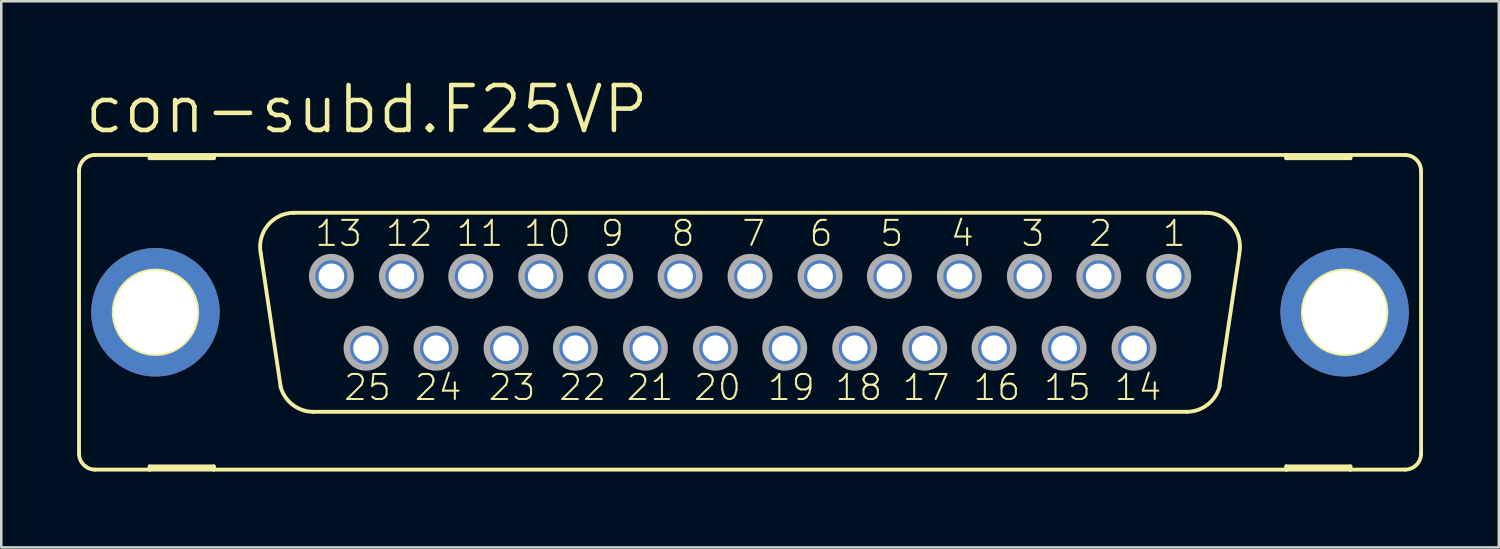
<source format=kicad_pcb>
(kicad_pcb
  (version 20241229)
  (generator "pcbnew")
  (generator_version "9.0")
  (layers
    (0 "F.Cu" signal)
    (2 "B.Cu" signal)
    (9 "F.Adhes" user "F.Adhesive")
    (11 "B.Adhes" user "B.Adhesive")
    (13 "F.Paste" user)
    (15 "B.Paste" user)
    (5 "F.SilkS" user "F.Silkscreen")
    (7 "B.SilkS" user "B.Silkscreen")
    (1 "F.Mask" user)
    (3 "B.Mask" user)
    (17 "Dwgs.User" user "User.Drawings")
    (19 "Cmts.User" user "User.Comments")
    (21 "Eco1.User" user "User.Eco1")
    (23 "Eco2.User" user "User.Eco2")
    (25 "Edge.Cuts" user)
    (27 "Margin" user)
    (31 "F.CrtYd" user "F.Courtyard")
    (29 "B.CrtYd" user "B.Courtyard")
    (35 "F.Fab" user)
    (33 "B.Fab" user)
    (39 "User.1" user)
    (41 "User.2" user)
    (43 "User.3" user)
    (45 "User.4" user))
  (footprint "con-subd.F25VP"
    (layer "F.Cu")
    (at 26.619 9.303)
    (property "Reference" "con-subd.F25VP" (at -26.416 -6.985 0) (layer "F.SilkS") (effects (font (size 1.778 1.778) (thickness 0.18)) (justify left bottom)))
    (attr through_hole)
    (fp_line (start -26.543 -5.588) (end -26.543 5.588) (stroke (width 0.152) (type default)) (layer "F.SilkS"))
    (fp_line (start -25.908 6.223) (end -23.749 6.223) (stroke (width 0.152) (type default)) (layer "F.SilkS"))
    (fp_line (start -23.749 -6.223) (end -25.908 -6.223) (stroke (width 0.152) (type default)) (layer "F.SilkS"))
    (fp_line (start -23.749 -6.223) (end -23.749 -6.096) (stroke (width 0.152) (type default)) (layer "F.SilkS"))
    (fp_line (start -23.749 -6.096) (end -21.209 -6.096) (stroke (width 0.152) (type default)) (layer "F.SilkS"))
    (fp_line (start -23.749 6.096) (end -21.209 6.096) (stroke (width 0.152) (type default)) (layer "F.SilkS"))
    (fp_line (start -23.749 6.223) (end -23.749 6.096) (stroke (width 0.152) (type default)) (layer "F.SilkS"))
    (fp_line (start -23.749 6.223) (end -21.209 6.223) (stroke (width 0.152) (type default)) (layer "F.SilkS"))
    (fp_line (start -21.209 -6.223) (end -23.749 -6.223) (stroke (width 0.152) (type default)) (layer "F.SilkS"))
    (fp_line (start -21.209 -6.096) (end -21.209 -6.223) (stroke (width 0.152) (type default)) (layer "F.SilkS"))
    (fp_line (start -21.209 6.096) (end -21.209 6.223) (stroke (width 0.152) (type default)) (layer "F.SilkS"))
    (fp_line (start -21.209 6.223) (end 21.209 6.223) (stroke (width 0.152) (type default)) (layer "F.SilkS"))
    (fp_line (start -18.567 2.946) (end -19.355 -2.337) (stroke (width 0.152) (type default)) (layer "F.SilkS"))
    (fp_line (start -18.034 -3.937) (end 18.034 -3.937) (stroke (width 0.152) (type default)) (layer "F.SilkS"))
    (fp_line (start -17.272 3.937) (end 17.272 3.937) (stroke (width 0.152) (type default)) (layer "F.SilkS"))
    (fp_line (start 19.355 -2.311) (end 18.567 2.921) (stroke (width 0.152) (type default)) (layer "F.SilkS"))
    (fp_line (start 21.209 -6.223) (end -21.209 -6.223) (stroke (width 0.152) (type default)) (layer "F.SilkS"))
    (fp_line (start 21.209 -6.223) (end 21.209 -6.096) (stroke (width 0.152) (type default)) (layer "F.SilkS"))
    (fp_line (start 21.209 -6.096) (end 23.749 -6.096) (stroke (width 0.152) (type default)) (layer "F.SilkS"))
    (fp_line (start 21.209 6.096) (end 23.749 6.096) (stroke (width 0.152) (type default)) (layer "F.SilkS"))
    (fp_line (start 21.209 6.223) (end 21.209 6.096) (stroke (width 0.152) (type default)) (layer "F.SilkS"))
    (fp_line (start 21.209 6.223) (end 23.749 6.223) (stroke (width 0.152) (type default)) (layer "F.SilkS"))
    (fp_line (start 23.749 -6.223) (end 21.209 -6.223) (stroke (width 0.152) (type default)) (layer "F.SilkS"))
    (fp_line (start 23.749 -6.096) (end 23.749 -6.223) (stroke (width 0.152) (type default)) (layer "F.SilkS"))
    (fp_line (start 23.749 6.096) (end 23.749 6.223) (stroke (width 0.152) (type default)) (layer "F.SilkS"))
    (fp_line (start 23.749 6.223) (end 25.908 6.223) (stroke (width 0.152) (type default)) (layer "F.SilkS"))
    (fp_line (start 25.908 -6.223) (end 23.749 -6.223) (stroke (width 0.152) (type default)) (layer "F.SilkS"))
    (fp_line (start 26.543 -5.588) (end 26.543 5.588) (stroke (width 0.152) (type default)) (layer "F.SilkS"))
    (fp_arc (start -26.543 -5.588) (mid -26.357013 -6.037013) (end -25.908 -6.223) (stroke (width 0.1524) (type default)) (layer "F.SilkS"))
    (fp_arc (start -25.908 6.223) (mid -26.357013 6.037013) (end -26.543 5.588) (stroke (width 0.1524) (type default)) (layer "F.SilkS"))
    (fp_arc (start -19.3541 -2.3268) (mid -19.075082 -3.444284) (end -18.034 -3.937) (stroke (width 0.1524) (type default)) (layer "F.SilkS"))
    (fp_arc (start -17.272 3.937) (mid -18.0955 3.655746) (end -18.5749 2.9295) (stroke (width 0.1524) (type default)) (layer "F.SilkS"))
    (fp_arc (start 18.034 -3.937) (mid 19.082556 -3.435184) (end 19.3495 -2.3038) (stroke (width 0.1524) (type default)) (layer "F.SilkS"))
    (fp_arc (start 18.5807 2.905) (mid 18.105256 3.647874) (end 17.272 3.937) (stroke (width 0.1524) (type default)) (layer "F.SilkS"))
    (fp_arc (start 25.908 -6.223) (mid 26.357013 -6.037013) (end 26.543 -5.588) (stroke (width 0.1524) (type default)) (layer "F.SilkS"))
    (fp_arc (start 26.543 5.588) (mid 26.357013 6.037013) (end 25.908 6.223) (stroke (width 0.1524) (type default)) (layer "F.SilkS"))
    (fp_circle (center -23.52 0) (end -21.869 0) (stroke (width 0.152) (type default)) (fill no) (layer "F.SilkS"))
    (fp_circle (center 23.52 0) (end 25.171 0) (stroke (width 0.152) (type default)) (fill no) (layer "F.SilkS"))
    (fp_circle (center -16.561 -1.422) (end -15.799 -1.422) (stroke (width 0.254) (type default)) (fill no) (layer "F.Fab"))
    (fp_circle (center -15.189 1.422) (end -14.427 1.422) (stroke (width 0.254) (type default)) (fill no) (layer "F.Fab"))
    (fp_circle (center -13.792 -1.422) (end -13.03 -1.422) (stroke (width 0.254) (type default)) (fill no) (layer "F.Fab"))
    (fp_circle (center -12.421 1.422) (end -11.659 1.422) (stroke (width 0.254) (type default)) (fill no) (layer "F.Fab"))
    (fp_circle (center -11.049 -1.422) (end -10.287 -1.422) (stroke (width 0.254) (type default)) (fill no) (layer "F.Fab"))
    (fp_circle (center -9.652 1.422) (end -8.89 1.422) (stroke (width 0.254) (type default)) (fill no) (layer "F.Fab"))
    (fp_circle (center -8.28 -1.422) (end -7.518 -1.422) (stroke (width 0.254) (type default)) (fill no) (layer "F.Fab"))
    (fp_circle (center -6.909 1.422) (end -6.147 1.422) (stroke (width 0.254) (type default)) (fill no) (layer "F.Fab"))
    (fp_circle (center -5.512 -1.422) (end -4.75 -1.422) (stroke (width 0.254) (type default)) (fill no) (layer "F.Fab"))
    (fp_circle (center -4.14 1.422) (end -3.378 1.422) (stroke (width 0.254) (type default)) (fill no) (layer "F.Fab"))
    (fp_circle (center -2.769 -1.422) (end -2.007 -1.422) (stroke (width 0.254) (type default)) (fill no) (layer "F.Fab"))
    (fp_circle (center -1.372 1.422) (end -0.61 1.422) (stroke (width 0.254) (type default)) (fill no) (layer "F.Fab"))
    (fp_circle (center 0 -1.422) (end 0.762 -1.422) (stroke (width 0.254) (type default)) (fill no) (layer "F.Fab"))
    (fp_circle (center 1.372 1.422) (end 2.134 1.422) (stroke (width 0.254) (type default)) (fill no) (layer "F.Fab"))
    (fp_circle (center 2.769 -1.422) (end 3.531 -1.422) (stroke (width 0.254) (type default)) (fill no) (layer "F.Fab"))
    (fp_circle (center 4.14 1.422) (end 4.902 1.422) (stroke (width 0.254) (type default)) (fill no) (layer "F.Fab"))
    (fp_circle (center 5.512 -1.422) (end 6.274 -1.422) (stroke (width 0.254) (type default)) (fill no) (layer "F.Fab"))
    (fp_circle (center 6.909 1.422) (end 7.671 1.422) (stroke (width 0.254) (type default)) (fill no) (layer "F.Fab"))
    (fp_circle (center 8.28 -1.422) (end 9.042 -1.422) (stroke (width 0.254) (type default)) (fill no) (layer "F.Fab"))
    (fp_circle (center 9.652 1.422) (end 10.414 1.422) (stroke (width 0.254) (type default)) (fill no) (layer "F.Fab"))
    (fp_circle (center 11.049 -1.422) (end 11.811 -1.422) (stroke (width 0.254) (type default)) (fill no) (layer "F.Fab"))
    (fp_circle (center 12.421 1.422) (end 13.183 1.422) (stroke (width 0.254) (type default)) (fill no) (layer "F.Fab"))
    (fp_circle (center 13.792 -1.422) (end 14.554 -1.422) (stroke (width 0.254) (type default)) (fill no) (layer "F.Fab"))
    (fp_circle (center 15.189 1.422) (end 15.951 1.422) (stroke (width 0.254) (type default)) (fill no) (layer "F.Fab"))
    (fp_circle (center 16.561 -1.422) (end 17.323 -1.422) (stroke (width 0.254) (type default)) (fill no) (layer "F.Fab"))
    (fp_text user "16" (at 8.763 3.556 0) (layer "F.SilkS") (effects (font (size 0.991 0.991) (thickness 0.08)) (justify left bottom)))
    (fp_text user "23" (at -10.414 3.556 0) (layer "F.SilkS") (effects (font (size 0.991 0.991) (thickness 0.08)) (justify left bottom)))
    (fp_text user "13" (at -17.272 -2.54 0) (layer "F.SilkS") (effects (font (size 0.991 0.991) (thickness 0.08)) (justify left bottom)))
    (fp_text user "5" (at 5.08 -2.54 0) (layer "F.SilkS") (effects (font (size 0.991 0.991) (thickness 0.08)) (justify left bottom)))
    (fp_text user "21" (at -4.953 3.556 0) (layer "F.SilkS") (effects (font (size 0.991 0.991) (thickness 0.08)) (justify left bottom)))
    (fp_text user "18" (at 3.302 3.556 0) (layer "F.SilkS") (effects (font (size 0.991 0.991) (thickness 0.08)) (justify left bottom)))
    (fp_text user "17" (at 5.969 3.556 0) (layer "F.SilkS") (effects (font (size 0.991 0.991) (thickness 0.08)) (justify left bottom)))
    (fp_text user "19" (at 0.635 3.556 0) (layer "F.SilkS") (effects (font (size 0.991 0.991) (thickness 0.08)) (justify left bottom)))
    (fp_text user "7" (at -0.381 -2.54 0) (layer "F.SilkS") (effects (font (size 0.991 0.991) (thickness 0.08)) (justify left bottom)))
    (fp_text user "6" (at 2.286 -2.54 0) (layer "F.SilkS") (effects (font (size 0.991 0.991) (thickness 0.08)) (justify left bottom)))
    (fp_text user "24" (at -13.335 3.556 0) (layer "F.SilkS") (effects (font (size 0.991 0.991) (thickness 0.08)) (justify left bottom)))
    (fp_text user "1" (at 16.256 -2.54 0) (layer "F.SilkS") (effects (font (size 0.991 0.991) (thickness 0.08)) (justify left bottom)))
    (fp_text user "20" (at -2.286 3.556 0) (layer "F.SilkS") (effects (font (size 0.991 0.991) (thickness 0.08)) (justify left bottom)))
    (fp_text user "11" (at -11.684 -2.54 0) (layer "F.SilkS") (effects (font (size 0.991 0.991) (thickness 0.08)) (justify left bottom)))
    (fp_text user "8" (at -3.175 -2.54 0) (layer "F.SilkS") (effects (font (size 0.991 0.991) (thickness 0.08)) (justify left bottom)))
    (fp_text user "2" (at 13.335 -2.54 0) (layer "F.SilkS") (effects (font (size 0.991 0.991) (thickness 0.08)) (justify left bottom)))
    (fp_text user "10" (at -9.017 -2.54 0) (layer "F.SilkS") (effects (font (size 0.991 0.991) (thickness 0.08)) (justify left bottom)))
    (fp_text user "25" (at -16.129 3.556 0) (layer "F.SilkS") (effects (font (size 0.991 0.991) (thickness 0.08)) (justify left bottom)))
    (fp_text user "9" (at -5.969 -2.54 0) (layer "F.SilkS") (effects (font (size 0.991 0.991) (thickness 0.08)) (justify left bottom)))
    (fp_text user "4" (at 7.874 -2.54 0) (layer "F.SilkS") (effects (font (size 0.991 0.991) (thickness 0.08)) (justify left bottom)))
    (fp_text user "12" (at -14.478 -2.54 0) (layer "F.SilkS") (effects (font (size 0.991 0.991) (thickness 0.08)) (justify left bottom)))
    (fp_text user "15" (at 11.557 3.556 0) (layer "F.SilkS") (effects (font (size 0.991 0.991) (thickness 0.08)) (justify left bottom)))
    (fp_text user "14" (at 14.351 3.556 0) (layer "F.SilkS") (effects (font (size 0.991 0.991) (thickness 0.08)) (justify left bottom)))
    (fp_text user "3" (at 10.668 -2.54 0) (layer "F.SilkS") (effects (font (size 0.991 0.991) (thickness 0.08)) (justify left bottom)))
    (fp_text user "22" (at -7.62 3.556 0) (layer "F.SilkS") (effects (font (size 0.991 0.991) (thickness 0.08)) (justify left bottom)))
    (pad "1" thru_hole circle (at 16.561 -1.422) (size 1.524 1.524) (drill 1.016) (layers "*.Cu" "*.Mask"))
    (pad "2" thru_hole circle (at 13.792 -1.422) (size 1.524 1.524) (drill 1.016) (layers "*.Cu" "*.Mask"))
    (pad "3" thru_hole circle (at 11.049 -1.422) (size 1.524 1.524) (drill 1.016) (layers "*.Cu" "*.Mask"))
    (pad "4" thru_hole circle (at 8.28 -1.422) (size 1.524 1.524) (drill 1.016) (layers "*.Cu" "*.Mask"))
    (pad "5" thru_hole circle (at 5.512 -1.422) (size 1.524 1.524) (drill 1.016) (layers "*.Cu" "*.Mask"))
    (pad "6" thru_hole circle (at 2.769 -1.422) (size 1.524 1.524) (drill 1.016) (layers "*.Cu" "*.Mask"))
    (pad "7" thru_hole circle (at 0 -1.422) (size 1.524 1.524) (drill 1.016) (layers "*.Cu" "*.Mask"))
    (pad "8" thru_hole circle (at -2.769 -1.422) (size 1.524 1.524) (drill 1.016) (layers "*.Cu" "*.Mask"))
    (pad "9" thru_hole circle (at -5.512 -1.422) (size 1.524 1.524) (drill 1.016) (layers "*.Cu" "*.Mask"))
    (pad "10" thru_hole circle (at -8.28 -1.422) (size 1.524 1.524) (drill 1.016) (layers "*.Cu" "*.Mask"))
    (pad "11" thru_hole circle (at -11.049 -1.422) (size 1.524 1.524) (drill 1.016) (layers "*.Cu" "*.Mask"))
    (pad "12" thru_hole circle (at -13.792 -1.422) (size 1.524 1.524) (drill 1.016) (layers "*.Cu" "*.Mask"))
    (pad "13" thru_hole circle (at -16.561 -1.422) (size 1.524 1.524) (drill 1.016) (layers "*.Cu" "*.Mask"))
    (pad "14" thru_hole circle (at 15.189 1.422) (size 1.524 1.524) (drill 1.016) (layers "*.Cu" "*.Mask"))
    (pad "15" thru_hole circle (at 12.421 1.422) (size 1.524 1.524) (drill 1.016) (layers "*.Cu" "*.Mask"))
    (pad "16" thru_hole circle (at 9.652 1.422) (size 1.524 1.524) (drill 1.016) (layers "*.Cu" "*.Mask"))
    (pad "17" thru_hole circle (at 6.909 1.422) (size 1.524 1.524) (drill 1.016) (layers "*.Cu" "*.Mask"))
    (pad "18" thru_hole circle (at 4.14 1.422) (size 1.524 1.524) (drill 1.016) (layers "*.Cu" "*.Mask"))
    (pad "19" thru_hole circle (at 1.372 1.422) (size 1.524 1.524) (drill 1.016) (layers "*.Cu" "*.Mask"))
    (pad "20" thru_hole circle (at -1.372 1.422) (size 1.524 1.524) (drill 1.016) (layers "*.Cu" "*.Mask"))
    (pad "21" thru_hole circle (at -4.14 1.422) (size 1.524 1.524) (drill 1.016) (layers "*.Cu" "*.Mask"))
    (pad "22" thru_hole circle (at -6.909 1.422) (size 1.524 1.524) (drill 1.016) (layers "*.Cu" "*.Mask"))
    (pad "23" thru_hole circle (at -9.652 1.422) (size 1.524 1.524) (drill 1.016) (layers "*.Cu" "*.Mask"))
    (pad "24" thru_hole circle (at -12.421 1.422) (size 1.524 1.524) (drill 1.016) (layers "*.Cu" "*.Mask"))
    (pad "25" thru_hole circle (at -15.189 1.422) (size 1.524 1.524) (drill 1.016) (layers "*.Cu" "*.Mask"))
    (pad "G1" thru_hole circle (at -23.52 0) (size 5.08 5.08) (drill 3.302) (layers "*.Cu" "*.Mask"))
    (pad "G2" thru_hole circle (at 23.52 0) (size 5.08 5.08) (drill 3.302) (layers "*.Cu" "*.Mask")))
  (gr_rect
    (start -3 -3)
    (end 56.238 18.602)
    (stroke (width 0.1) (type default))
    (fill no)
    (layer "Edge.Cuts")))
</source>
